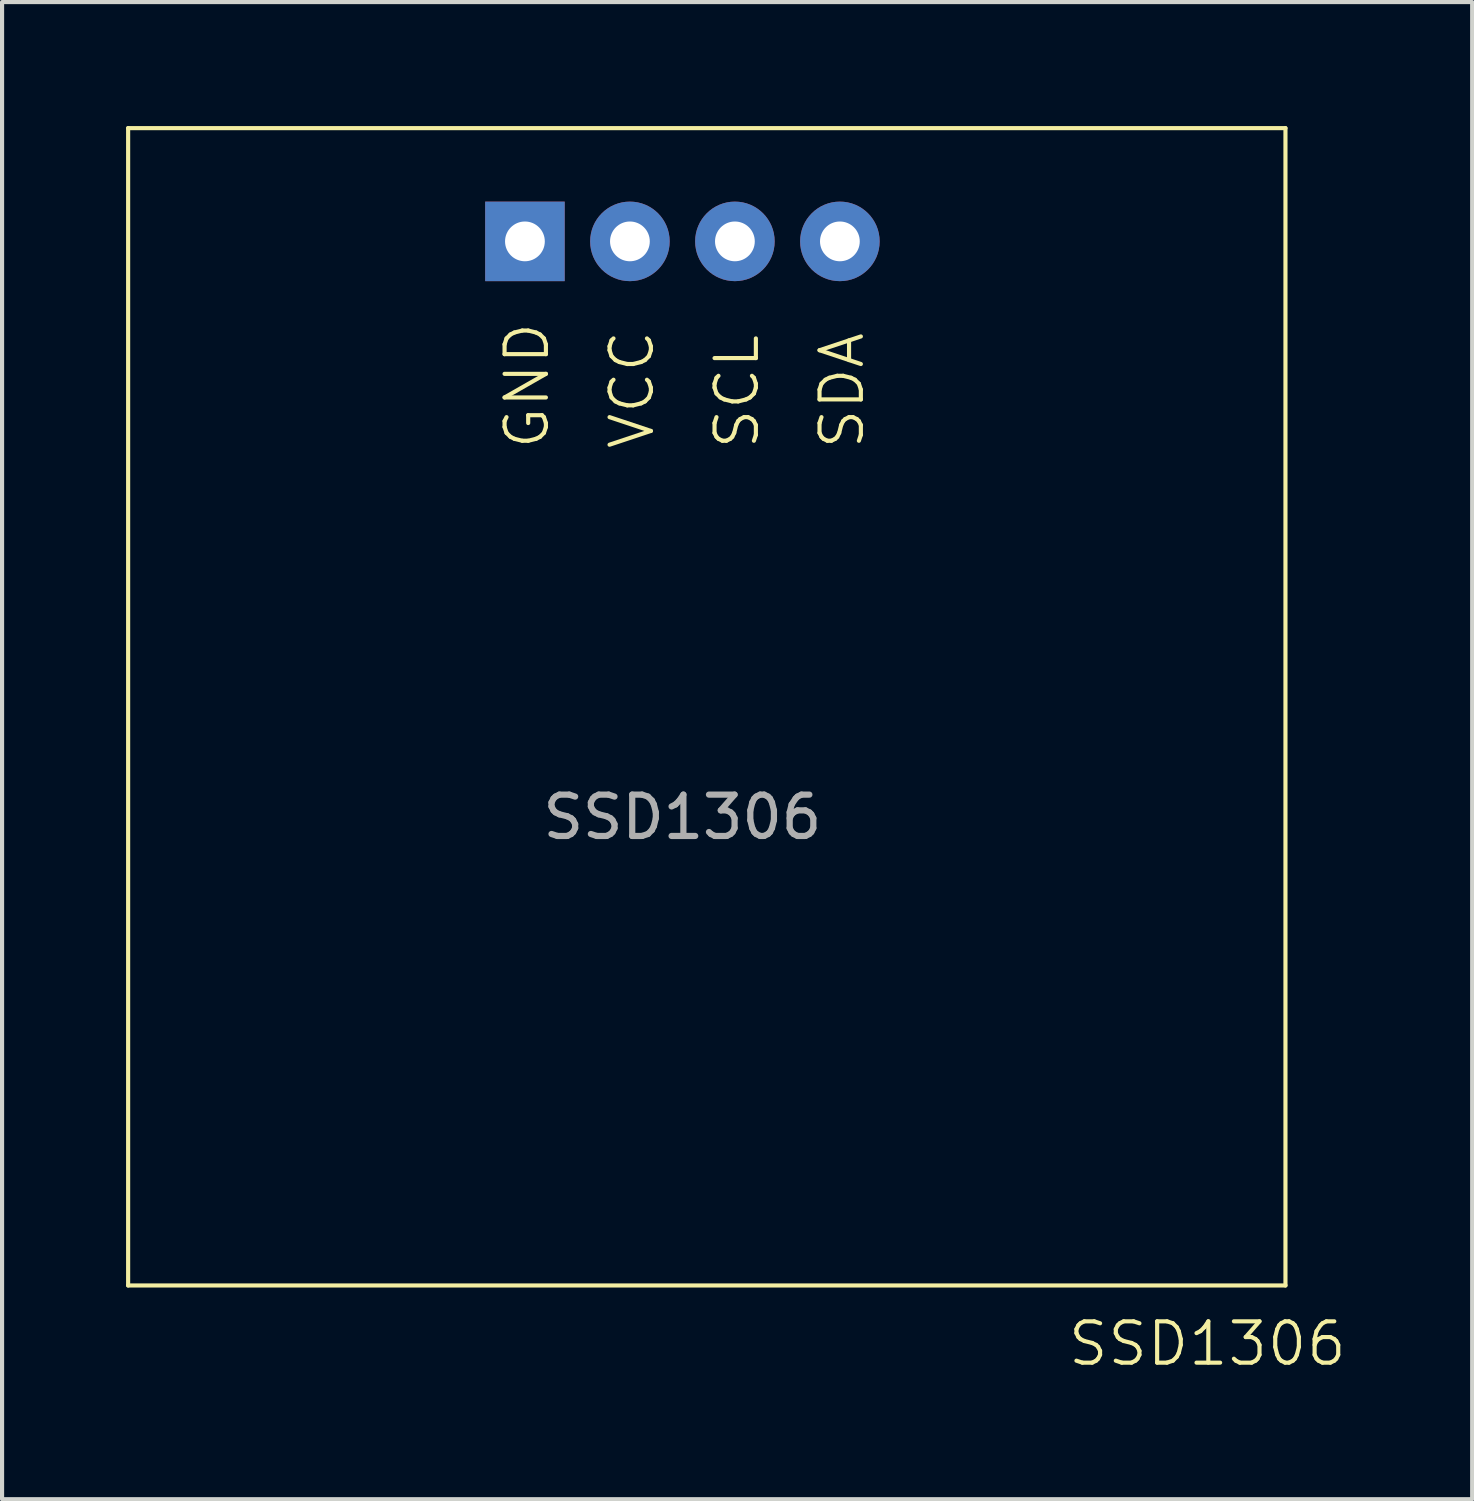
<source format=kicad_pcb>
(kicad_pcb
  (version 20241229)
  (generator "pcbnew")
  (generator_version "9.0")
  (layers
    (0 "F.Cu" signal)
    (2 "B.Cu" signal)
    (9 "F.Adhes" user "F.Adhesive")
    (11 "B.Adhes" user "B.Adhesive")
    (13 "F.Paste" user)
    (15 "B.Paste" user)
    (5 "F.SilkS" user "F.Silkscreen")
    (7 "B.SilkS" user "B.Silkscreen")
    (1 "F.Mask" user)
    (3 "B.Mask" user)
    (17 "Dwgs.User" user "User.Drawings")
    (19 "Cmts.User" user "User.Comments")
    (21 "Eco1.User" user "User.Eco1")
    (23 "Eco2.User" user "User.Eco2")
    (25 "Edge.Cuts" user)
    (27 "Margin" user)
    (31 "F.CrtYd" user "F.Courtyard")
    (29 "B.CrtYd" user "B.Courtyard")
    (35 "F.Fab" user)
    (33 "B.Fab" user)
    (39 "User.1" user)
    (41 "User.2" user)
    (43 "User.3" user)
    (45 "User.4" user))
  (footprint "SSD1306"
    (layer "F.Cu")
    (at 13.46 14.22)
    (property "Reference" "SSD1306" (at 12.7 15.24 0) (unlocked yes) (layer "F.SilkS") (effects (font (size 1 1) (thickness 0.1))))
    (attr through_hole)
    (fp_line (start -13.41 -14.17) (end 14.59 -14.17) (stroke (width 0.1) (type default)) (layer "F.SilkS"))
    (fp_line (start -13.41 13.83) (end -13.41 -14.17) (stroke (width 0.1) (type default)) (layer "F.SilkS"))
    (fp_line (start 14.59 -14.17) (end 14.59 13.83) (stroke (width 0.1) (type default)) (layer "F.SilkS"))
    (fp_line (start 14.59 13.83) (end -13.41 13.83) (stroke (width 0.1) (type default)) (layer "F.SilkS"))
    (fp_text user "SDA" (at 4.445 -6.35 90) (unlocked yes) (layer "F.SilkS") (effects (font (size 1 1) (thickness 0.1)) (justify left bottom)))
    (fp_text user "GND" (at -3.175 -6.35 90) (unlocked yes) (layer "F.SilkS") (effects (font (size 1 1) (thickness 0.1)) (justify left bottom)))
    (fp_text user "SCL" (at 1.905 -6.35 90) (unlocked yes) (layer "F.SilkS") (effects (font (size 1 1) (thickness 0.1)) (justify left bottom)))
    (fp_text user "VCC" (at -0.635 -6.35 90) (unlocked yes) (layer "F.SilkS") (effects (font (size 1 1) (thickness 0.1)) (justify left bottom)))
    (fp_text user "${REFERENCE}" (at 0 2.5 0) (unlocked yes) (layer "F.Fab") (effects (font (size 1 1) (thickness 0.15))))
    (pad "0" thru_hole rect (at -3.81 -11.43) (size 1.924 1.924) (drill 0.962) (layers "*.Cu" "*.Mask"))
    (pad "1" thru_hole circle (at -1.27 -11.43) (size 1.924 1.924) (drill 0.962) (layers "*.Cu" "*.Mask"))
    (pad "2" thru_hole circle (at 1.27 -11.43) (size 1.924 1.924) (drill 0.962) (layers "*.Cu" "*.Mask"))
    (pad "3" thru_hole circle (at 3.81 -11.43) (size 1.924 1.924) (drill 0.962) (layers "*.Cu" "*.Mask"))
    (zone (net_name "") (layer "F.SilkS") (hatch edge 0.5) (connect_pads) (min_thickness 0.25) (filled_areas_thickness no) (keepout (tracks allowed) (vias allowed) (pads not_allowed) (copperpour allowed) (footprints not_allowed)) (placement (enabled no)) (fill) (polygon (pts (xy 0.05 0.05) (xy 28.05 0.05) (xy 28.05 28.05) (xy 0.05 28.05)))))
  (gr_rect
    (start -3 -3)
    (end 32.567 33.221)
    (stroke (width 0.1) (type default))
    (fill no)
    (layer "Edge.Cuts")))
</source>
